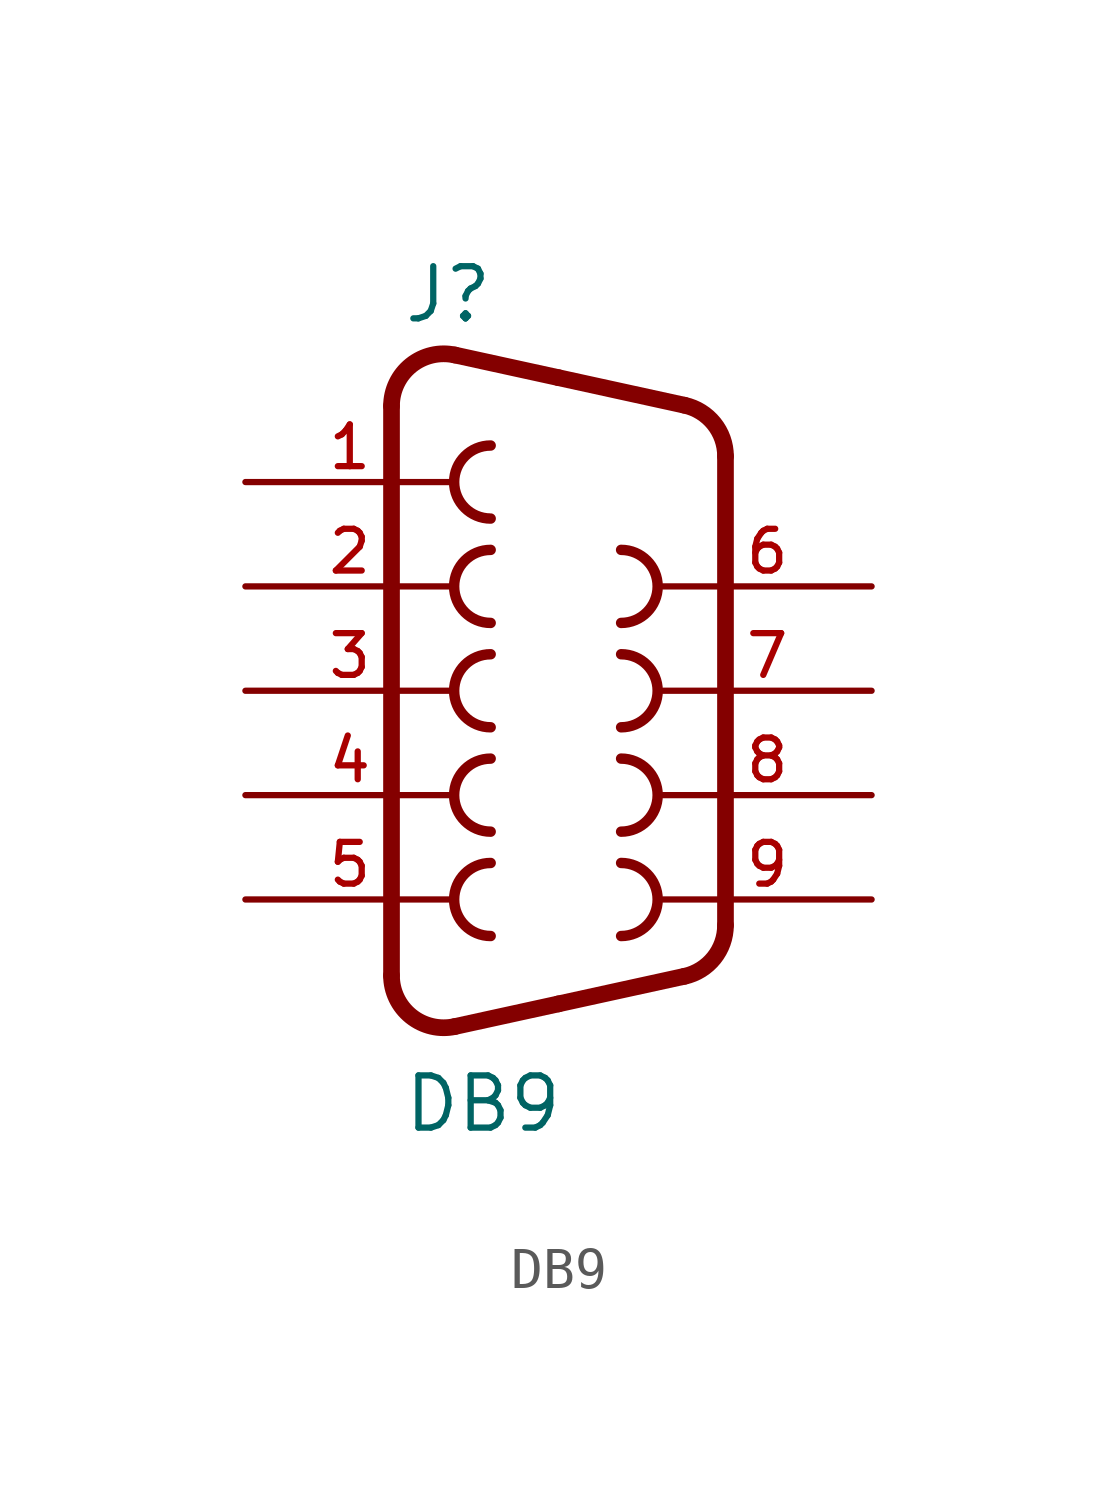
<source format=kicad_sym>
(kicad_symbol_lib
  (version 20211014)
  (generator kicad_symbol_editor)
  (symbol "DB9"
    (pin_names
      (offset 1.016))
    (property "Reference" "J"
      (at -3.814 8.9 0)
      (effects (font (size 1.27 1.27)) (justify bottom left)))
    (property "Value" "DB9"
      (at -3.81 -10.795 0)
      (effects (font (size 1.27 1.27)) (justify bottom left)))
    (symbol "DB9_0_0"
      (arc (start -1.651 1.651) (mid -2.54 2.54) (end -1.651 3.429) (stroke (width 0.254) (type default) (color 0 0 0 0)) (fill (type none)))
      (arc (start 1.524 3.429) (mid 2.413 2.54) (end 1.524 1.651) (stroke (width 0.254) (type default) (color 0 0 0 0)) (fill (type none)))
      (arc (start -1.651 4.191) (mid -2.54 5.08) (end -1.651 5.969) (stroke (width 0.254) (type default) (color 0 0 0 0)) (fill (type none)))
      (arc (start 1.524 -1.651) (mid 2.413 -2.54) (end 1.524 -3.429) (stroke (width 0.254) (type default) (color 0 0 0 0)) (fill (type none)))
      (arc (start -1.651 -0.889) (mid -2.54 0.0) (end -1.651 0.889) (stroke (width 0.254) (type default) (color 0 0 0 0)) (fill (type none)))
      (arc (start 1.524 0.889) (mid 2.413 -0.0) (end 1.524 -0.889) (stroke (width 0.254) (type default) (color 0 0 0 0)) (fill (type none)))
      (arc (start -1.651 -3.429) (mid -2.54 -2.54) (end -1.651 -1.651) (stroke (width 0.254) (type default) (color 0 0 0 0)) (fill (type none)))
      (arc (start 1.524 -4.191) (mid 2.413 -5.08) (end 1.524 -5.969) (stroke (width 0.254) (type default) (color 0 0 0 0)) (fill (type none)))
      (arc (start -1.651 -5.969) (mid -2.54 -5.08) (end -1.651 -4.191) (stroke (width 0.254) (type default) (color 0 0 0 0)) (fill (type none)))
      (arc (start -2.5226 8.172) (mid -3.5931 7.9183) (end -4.064 6.9312) (stroke (width 0.4064) (type default) (color 0 0 0 0)) (fill (type none)))
      (polyline (pts (xy -2.523 8.172) (xy 0.0 7.62)) (stroke (width 0.406)))
      (polyline (pts (xy 0.0 7.62) (xy 3.065 6.949)) (stroke (width 0.406)))
      (arc (start 4.0642 5.7088) (mid 3.7858 6.5022) (end 3.0654 6.9495) (stroke (width 0.4064) (type default) (color 0 0 0 0)) (fill (type none)))
      (polyline (pts (xy 4.064 -5.709) (xy 4.064 5.709)) (stroke (width 0.406)))
      (arc (start 4.064 -5.7088) (mid 3.7857 -6.5021) (end 3.0654 -6.9494) (stroke (width 0.4064) (type default) (color 0 0 0 0)) (fill (type none)))
      (polyline (pts (xy -4.064 -6.931) (xy -4.064 6.931)) (stroke (width 0.406)))
      (polyline (pts (xy -2.523 -8.172) (xy 0.0 -7.62)) (stroke (width 0.406)))
      (polyline (pts (xy 0.0 -7.62) (xy 3.065 -6.949)) (stroke (width 0.406)))
      (arc (start -2.5226 -8.1719) (mid -3.5932 -7.9182) (end -4.064 -6.9312) (stroke (width 0.4064) (type default) (color 0 0 0 0)) (fill (type none)))
      (pin passive line (at -7.62 5.08 0) (length 5.08) (name "~" (effects (font (size 1.016 1.016)))) (number "1" (effects (font (size 1.016 1.016)))))
      (pin passive line (at 7.62 2.54 180.0) (length 5.08) (name "~" (effects (font (size 1.016 1.016)))) (number "6" (effects (font (size 1.016 1.016)))))
      (pin passive line (at -7.62 2.54 0) (length 5.08) (name "~" (effects (font (size 1.016 1.016)))) (number "2" (effects (font (size 1.016 1.016)))))
      (pin passive line (at 7.62 0.0 180.0) (length 5.08) (name "~" (effects (font (size 1.016 1.016)))) (number "7" (effects (font (size 1.016 1.016)))))
      (pin passive line (at -7.62 0.0 0) (length 5.08) (name "~" (effects (font (size 1.016 1.016)))) (number "3" (effects (font (size 1.016 1.016)))))
      (pin passive line (at 7.62 -2.54 180.0) (length 5.08) (name "~" (effects (font (size 1.016 1.016)))) (number "8" (effects (font (size 1.016 1.016)))))
      (pin passive line (at -7.62 -2.54 0) (length 5.08) (name "~" (effects (font (size 1.016 1.016)))) (number "4" (effects (font (size 1.016 1.016)))))
      (pin passive line (at 7.62 -5.08 180.0) (length 5.08) (name "~" (effects (font (size 1.016 1.016)))) (number "9" (effects (font (size 1.016 1.016)))))
      (pin passive line (at -7.62 -5.08 0) (length 5.08) (name "~" (effects (font (size 1.016 1.016)))) (number "5" (effects (font (size 1.016 1.016))))))))
</source>
